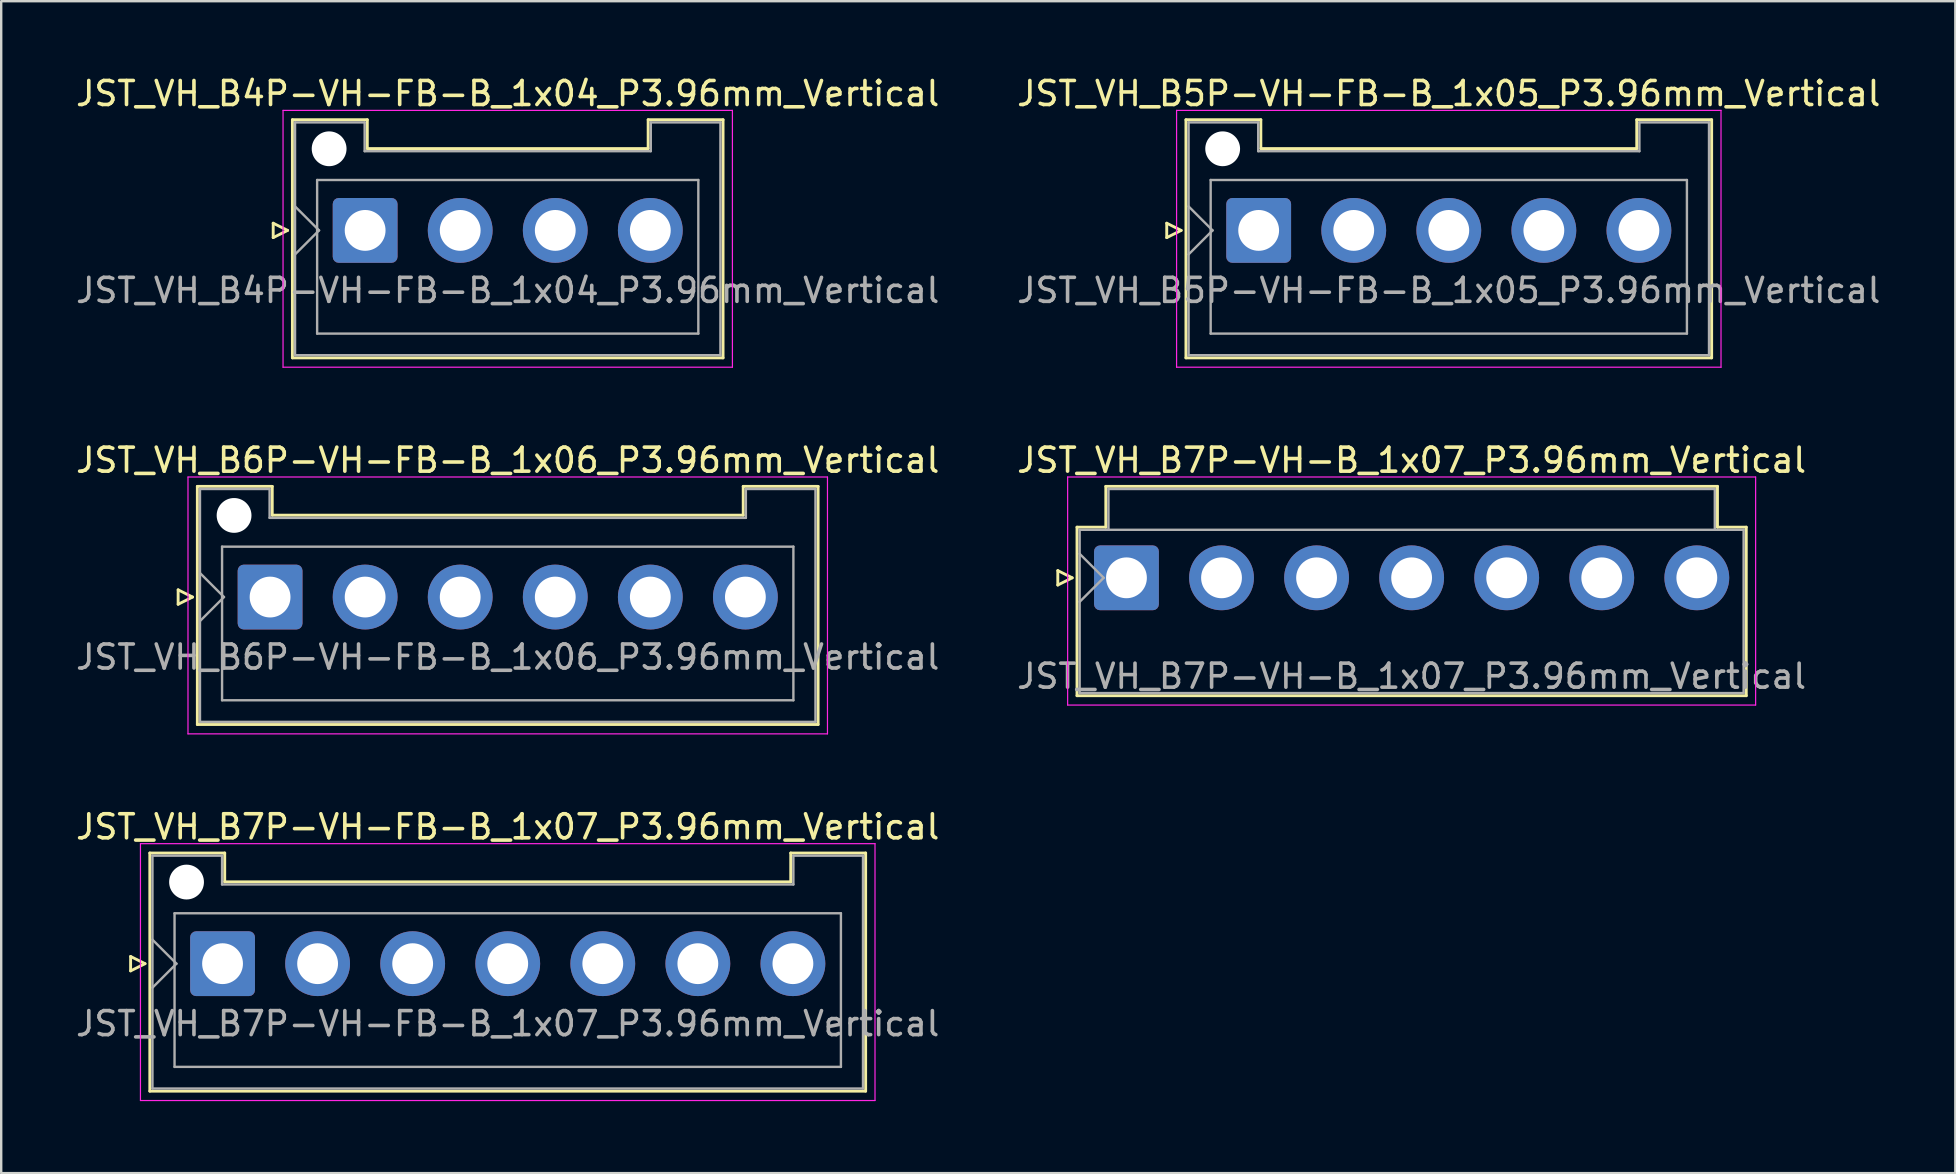
<source format=kicad_pcb>
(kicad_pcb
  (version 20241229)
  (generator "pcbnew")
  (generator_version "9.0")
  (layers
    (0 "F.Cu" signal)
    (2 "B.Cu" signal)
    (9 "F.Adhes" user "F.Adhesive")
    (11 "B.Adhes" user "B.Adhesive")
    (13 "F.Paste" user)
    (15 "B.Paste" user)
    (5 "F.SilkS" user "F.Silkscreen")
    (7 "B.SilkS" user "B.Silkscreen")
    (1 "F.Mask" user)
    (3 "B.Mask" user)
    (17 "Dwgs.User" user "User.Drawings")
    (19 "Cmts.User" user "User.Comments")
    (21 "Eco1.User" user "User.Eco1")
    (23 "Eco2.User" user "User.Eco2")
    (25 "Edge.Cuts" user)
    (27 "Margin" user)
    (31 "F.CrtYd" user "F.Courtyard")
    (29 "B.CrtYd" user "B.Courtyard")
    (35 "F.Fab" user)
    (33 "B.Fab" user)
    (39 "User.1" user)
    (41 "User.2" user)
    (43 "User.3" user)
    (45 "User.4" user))
  (footprint "JST_VH_B4P-VH-FB-B_1x04_P3.96mm_Vertical"
    (layer "F.Cu")
    (at 12.161 6.548)
    (property "Reference" "JST_VH_B4P-VH-FB-B_1x04_P3.96mm_Vertical" (at 5.94 -5.7 0) (layer "F.SilkS") (effects (font (size 1 1) (thickness 0.15))))
    (attr through_hole)
    (fp_line (start -3.83 -0.3) (end -3.23 0) (stroke (width 0.12) (type solid)) (layer "F.SilkS"))
    (fp_line (start -3.83 0.3) (end -3.83 -0.3) (stroke (width 0.12) (type solid)) (layer "F.SilkS"))
    (fp_line (start -3.23 0) (end -3.83 0.3) (stroke (width 0.12) (type solid)) (layer "F.SilkS"))
    (fp_line (start -3.03 -4.61) (end 0.09 -4.61) (stroke (width 0.12) (type solid)) (layer "F.SilkS"))
    (fp_line (start -3.03 5.31) (end -3.03 -4.61) (stroke (width 0.12) (type solid)) (layer "F.SilkS"))
    (fp_line (start 0.09 -4.61) (end 0.09 -3.41) (stroke (width 0.12) (type solid)) (layer "F.SilkS"))
    (fp_line (start 0.09 -3.41) (end 11.79 -3.41) (stroke (width 0.12) (type solid)) (layer "F.SilkS"))
    (fp_line (start 11.79 -4.61) (end 14.91 -4.61) (stroke (width 0.12) (type solid)) (layer "F.SilkS"))
    (fp_line (start 11.79 -3.41) (end 11.79 -4.61) (stroke (width 0.12) (type solid)) (layer "F.SilkS"))
    (fp_line (start 14.91 -4.61) (end 14.91 5.31) (stroke (width 0.12) (type solid)) (layer "F.SilkS"))
    (fp_line (start 14.91 5.31) (end -3.03 5.31) (stroke (width 0.12) (type solid)) (layer "F.SilkS"))
    (fp_line (start -3.42 -5) (end -3.42 5.7) (stroke (width 0.05) (type solid)) (layer "F.CrtYd"))
    (fp_line (start -3.42 5.7) (end 15.3 5.7) (stroke (width 0.05) (type solid)) (layer "F.CrtYd"))
    (fp_line (start 15.3 -5) (end -3.42 -5) (stroke (width 0.05) (type solid)) (layer "F.CrtYd"))
    (fp_line (start 15.3 5.7) (end 15.3 -5) (stroke (width 0.05) (type solid)) (layer "F.CrtYd"))
    (fp_line (start -2.92 -4.5) (end -0.02 -4.5) (stroke (width 0.1) (type solid)) (layer "F.Fab"))
    (fp_line (start -2.92 -1) (end -1.92 0) (stroke (width 0.1) (type solid)) (layer "F.Fab"))
    (fp_line (start -2.92 1) (end -1.92 0) (stroke (width 0.1) (type solid)) (layer "F.Fab"))
    (fp_line (start -2.92 5.2) (end -2.92 -4.5) (stroke (width 0.1) (type solid)) (layer "F.Fab"))
    (fp_line (start -2 -2.1) (end 13.88 -2.1) (stroke (width 0.1) (type solid)) (layer "F.Fab"))
    (fp_line (start -2 4.3) (end -2 -2.1) (stroke (width 0.1) (type solid)) (layer "F.Fab"))
    (fp_line (start -0.02 -4.5) (end -0.02 -3.3) (stroke (width 0.1) (type solid)) (layer "F.Fab"))
    (fp_line (start -0.02 -3.3) (end 11.9 -3.3) (stroke (width 0.1) (type solid)) (layer "F.Fab"))
    (fp_line (start 11.9 -4.5) (end 14.8 -4.5) (stroke (width 0.1) (type solid)) (layer "F.Fab"))
    (fp_line (start 11.9 -3.3) (end 11.9 -4.5) (stroke (width 0.1) (type solid)) (layer "F.Fab"))
    (fp_line (start 13.88 -2.1) (end 13.88 4.3) (stroke (width 0.1) (type solid)) (layer "F.Fab"))
    (fp_line (start 13.88 4.3) (end -2 4.3) (stroke (width 0.1) (type solid)) (layer "F.Fab"))
    (fp_line (start 14.8 -4.5) (end 14.8 5.2) (stroke (width 0.1) (type solid)) (layer "F.Fab"))
    (fp_line (start 14.8 5.2) (end -2.92 5.2) (stroke (width 0.1) (type solid)) (layer "F.Fab"))
    (fp_text user "${REFERENCE}" (at 5.94 2.5 0) (layer "F.Fab") (effects (font (size 1 1) (thickness 0.15))))
    (pad "" np_thru_hole circle (at -1.5 -3.4) (size 1.45 1.45) (drill 1.45) (layers "*.Cu" "*.Mask"))
    (pad "1" thru_hole roundrect (at 0 0) (size 2.7 2.7) (drill 1.7) (layers "*.Cu" "*.Mask") (roundrect_rratio 0.093))
    (pad "2" thru_hole circle (at 3.96 0) (size 2.7 2.7) (drill 1.7) (layers "*.Cu" "*.Mask"))
    (pad "3" thru_hole circle (at 7.92 0) (size 2.7 2.7) (drill 1.7) (layers "*.Cu" "*.Mask"))
    (pad "4" thru_hole circle (at 11.88 0) (size 2.7 2.7) (drill 1.7) (layers "*.Cu" "*.Mask")))
  (footprint "JST_VH_B7P-VH-B_1x07_P3.96mm_Vertical"
    (layer "F.Cu")
    (at 43.876 21.021)
    (property "Reference" "JST_VH_B7P-VH-B_1x07_P3.96mm_Vertical" (at 11.88 -4.9 0) (layer "F.SilkS") (effects (font (size 1 1) (thickness 0.15))))
    (attr through_hole)
    (fp_line (start -2.86 -0.3) (end -2.26 0) (stroke (width 0.12) (type solid)) (layer "F.SilkS"))
    (fp_line (start -2.86 0.3) (end -2.86 -0.3) (stroke (width 0.12) (type solid)) (layer "F.SilkS"))
    (fp_line (start -2.26 0) (end -2.86 0.3) (stroke (width 0.12) (type solid)) (layer "F.SilkS"))
    (fp_line (start -2.06 -2.11) (end -0.86 -2.11) (stroke (width 0.12) (type solid)) (layer "F.SilkS"))
    (fp_line (start -2.06 4.91) (end -2.06 -2.11) (stroke (width 0.12) (type solid)) (layer "F.SilkS"))
    (fp_line (start -0.86 -3.81) (end 24.62 -3.81) (stroke (width 0.12) (type solid)) (layer "F.SilkS"))
    (fp_line (start -0.86 -2.11) (end -0.86 -3.81) (stroke (width 0.12) (type solid)) (layer "F.SilkS"))
    (fp_line (start 24.62 -3.81) (end 24.62 -2.11) (stroke (width 0.12) (type solid)) (layer "F.SilkS"))
    (fp_line (start 24.62 -2.11) (end 25.82 -2.11) (stroke (width 0.12) (type solid)) (layer "F.SilkS"))
    (fp_line (start 25.82 -2.11) (end 25.82 4.91) (stroke (width 0.12) (type solid)) (layer "F.SilkS"))
    (fp_line (start 25.82 4.91) (end -2.06 4.91) (stroke (width 0.12) (type solid)) (layer "F.SilkS"))
    (fp_line (start -2.45 -4.2) (end -2.45 5.3) (stroke (width 0.05) (type solid)) (layer "F.CrtYd"))
    (fp_line (start -2.45 5.3) (end 26.21 5.3) (stroke (width 0.05) (type solid)) (layer "F.CrtYd"))
    (fp_line (start 26.21 -4.2) (end -2.45 -4.2) (stroke (width 0.05) (type solid)) (layer "F.CrtYd"))
    (fp_line (start 26.21 5.3) (end 26.21 -4.2) (stroke (width 0.05) (type solid)) (layer "F.CrtYd"))
    (fp_line (start -1.95 -2) (end -1.95 4.8) (stroke (width 0.1) (type solid)) (layer "F.Fab"))
    (fp_line (start -1.95 -1) (end -0.95 0) (stroke (width 0.1) (type solid)) (layer "F.Fab"))
    (fp_line (start -1.95 1) (end -0.95 0) (stroke (width 0.1) (type solid)) (layer "F.Fab"))
    (fp_line (start -1.95 4.8) (end 25.71 4.8) (stroke (width 0.1) (type solid)) (layer "F.Fab"))
    (fp_line (start -0.75 -3.7) (end 24.51 -3.7) (stroke (width 0.1) (type solid)) (layer "F.Fab"))
    (fp_line (start -0.75 -2) (end -0.75 -3.7) (stroke (width 0.1) (type solid)) (layer "F.Fab"))
    (fp_line (start 24.51 -3.7) (end 24.51 -2) (stroke (width 0.1) (type solid)) (layer "F.Fab"))
    (fp_line (start 25.71 -2) (end -1.95 -2) (stroke (width 0.1) (type solid)) (layer "F.Fab"))
    (fp_line (start 25.71 4.8) (end 25.71 -2) (stroke (width 0.1) (type solid)) (layer "F.Fab"))
    (fp_text user "${REFERENCE}" (at 11.88 4.1 0) (layer "F.Fab") (effects (font (size 1 1) (thickness 0.15))))
    (pad "1" thru_hole roundrect (at 0 0) (size 2.7 2.7) (drill 1.7) (layers "*.Cu" "*.Mask") (roundrect_rratio 0.093))
    (pad "2" thru_hole circle (at 3.96 0) (size 2.7 2.7) (drill 1.7) (layers "*.Cu" "*.Mask"))
    (pad "3" thru_hole circle (at 7.92 0) (size 2.7 2.7) (drill 1.7) (layers "*.Cu" "*.Mask"))
    (pad "4" thru_hole circle (at 11.88 0) (size 2.7 2.7) (drill 1.7) (layers "*.Cu" "*.Mask"))
    (pad "5" thru_hole circle (at 15.84 0) (size 2.7 2.7) (drill 1.7) (layers "*.Cu" "*.Mask"))
    (pad "6" thru_hole circle (at 19.8 0) (size 2.7 2.7) (drill 1.7) (layers "*.Cu" "*.Mask"))
    (pad "7" thru_hole circle (at 23.76 0) (size 2.7 2.7) (drill 1.7) (layers "*.Cu" "*.Mask")))
  (footprint "JST_VH_B7P-VH-FB-B_1x07_P3.96mm_Vertical"
    (layer "F.Cu")
    (at 6.221 37.095)
    (property "Reference" "JST_VH_B7P-VH-FB-B_1x07_P3.96mm_Vertical" (at 11.88 -5.7 0) (layer "F.SilkS") (effects (font (size 1 1) (thickness 0.15))))
    (attr through_hole)
    (fp_line (start -3.83 -0.3) (end -3.23 0) (stroke (width 0.12) (type solid)) (layer "F.SilkS"))
    (fp_line (start -3.83 0.3) (end -3.83 -0.3) (stroke (width 0.12) (type solid)) (layer "F.SilkS"))
    (fp_line (start -3.23 0) (end -3.83 0.3) (stroke (width 0.12) (type solid)) (layer "F.SilkS"))
    (fp_line (start -3.03 -4.61) (end 0.09 -4.61) (stroke (width 0.12) (type solid)) (layer "F.SilkS"))
    (fp_line (start -3.03 5.31) (end -3.03 -4.61) (stroke (width 0.12) (type solid)) (layer "F.SilkS"))
    (fp_line (start 0.09 -4.61) (end 0.09 -3.41) (stroke (width 0.12) (type solid)) (layer "F.SilkS"))
    (fp_line (start 0.09 -3.41) (end 23.67 -3.41) (stroke (width 0.12) (type solid)) (layer "F.SilkS"))
    (fp_line (start 23.67 -4.61) (end 26.79 -4.61) (stroke (width 0.12) (type solid)) (layer "F.SilkS"))
    (fp_line (start 23.67 -3.41) (end 23.67 -4.61) (stroke (width 0.12) (type solid)) (layer "F.SilkS"))
    (fp_line (start 26.79 -4.61) (end 26.79 5.31) (stroke (width 0.12) (type solid)) (layer "F.SilkS"))
    (fp_line (start 26.79 5.31) (end -3.03 5.31) (stroke (width 0.12) (type solid)) (layer "F.SilkS"))
    (fp_line (start -3.42 -5) (end -3.42 5.7) (stroke (width 0.05) (type solid)) (layer "F.CrtYd"))
    (fp_line (start -3.42 5.7) (end 27.18 5.7) (stroke (width 0.05) (type solid)) (layer "F.CrtYd"))
    (fp_line (start 27.18 -5) (end -3.42 -5) (stroke (width 0.05) (type solid)) (layer "F.CrtYd"))
    (fp_line (start 27.18 5.7) (end 27.18 -5) (stroke (width 0.05) (type solid)) (layer "F.CrtYd"))
    (fp_line (start -2.92 -4.5) (end -0.02 -4.5) (stroke (width 0.1) (type solid)) (layer "F.Fab"))
    (fp_line (start -2.92 -1) (end -1.92 0) (stroke (width 0.1) (type solid)) (layer "F.Fab"))
    (fp_line (start -2.92 1) (end -1.92 0) (stroke (width 0.1) (type solid)) (layer "F.Fab"))
    (fp_line (start -2.92 5.2) (end -2.92 -4.5) (stroke (width 0.1) (type solid)) (layer "F.Fab"))
    (fp_line (start -2 -2.1) (end 25.76 -2.1) (stroke (width 0.1) (type solid)) (layer "F.Fab"))
    (fp_line (start -2 4.3) (end -2 -2.1) (stroke (width 0.1) (type solid)) (layer "F.Fab"))
    (fp_line (start -0.02 -4.5) (end -0.02 -3.3) (stroke (width 0.1) (type solid)) (layer "F.Fab"))
    (fp_line (start -0.02 -3.3) (end 23.78 -3.3) (stroke (width 0.1) (type solid)) (layer "F.Fab"))
    (fp_line (start 23.78 -4.5) (end 26.68 -4.5) (stroke (width 0.1) (type solid)) (layer "F.Fab"))
    (fp_line (start 23.78 -3.3) (end 23.78 -4.5) (stroke (width 0.1) (type solid)) (layer "F.Fab"))
    (fp_line (start 25.76 -2.1) (end 25.76 4.3) (stroke (width 0.1) (type solid)) (layer "F.Fab"))
    (fp_line (start 25.76 4.3) (end -2 4.3) (stroke (width 0.1) (type solid)) (layer "F.Fab"))
    (fp_line (start 26.68 -4.5) (end 26.68 5.2) (stroke (width 0.1) (type solid)) (layer "F.Fab"))
    (fp_line (start 26.68 5.2) (end -2.92 5.2) (stroke (width 0.1) (type solid)) (layer "F.Fab"))
    (fp_text user "${REFERENCE}" (at 11.88 2.5 0) (layer "F.Fab") (effects (font (size 1 1) (thickness 0.15))))
    (pad "" np_thru_hole circle (at -1.5 -3.4) (size 1.45 1.45) (drill 1.45) (layers "*.Cu" "*.Mask"))
    (pad "1" thru_hole roundrect (at 0 0) (size 2.7 2.7) (drill 1.7) (layers "*.Cu" "*.Mask") (roundrect_rratio 0.093))
    (pad "2" thru_hole circle (at 3.96 0) (size 2.7 2.7) (drill 1.7) (layers "*.Cu" "*.Mask"))
    (pad "3" thru_hole circle (at 7.92 0) (size 2.7 2.7) (drill 1.7) (layers "*.Cu" "*.Mask"))
    (pad "4" thru_hole circle (at 11.88 0) (size 2.7 2.7) (drill 1.7) (layers "*.Cu" "*.Mask"))
    (pad "5" thru_hole circle (at 15.84 0) (size 2.7 2.7) (drill 1.7) (layers "*.Cu" "*.Mask"))
    (pad "6" thru_hole circle (at 19.8 0) (size 2.7 2.7) (drill 1.7) (layers "*.Cu" "*.Mask"))
    (pad "7" thru_hole circle (at 23.76 0) (size 2.7 2.7) (drill 1.7) (layers "*.Cu" "*.Mask")))
  (footprint "JST_VH_B6P-VH-FB-B_1x06_P3.96mm_Vertical"
    (layer "F.Cu")
    (at 8.201 21.822)
    (property "Reference" "JST_VH_B6P-VH-FB-B_1x06_P3.96mm_Vertical" (at 9.9 -5.7 0) (layer "F.SilkS") (effects (font (size 1 1) (thickness 0.15))))
    (attr through_hole)
    (fp_line (start -3.83 -0.3) (end -3.23 0) (stroke (width 0.12) (type solid)) (layer "F.SilkS"))
    (fp_line (start -3.83 0.3) (end -3.83 -0.3) (stroke (width 0.12) (type solid)) (layer "F.SilkS"))
    (fp_line (start -3.23 0) (end -3.83 0.3) (stroke (width 0.12) (type solid)) (layer "F.SilkS"))
    (fp_line (start -3.03 -4.61) (end 0.09 -4.61) (stroke (width 0.12) (type solid)) (layer "F.SilkS"))
    (fp_line (start -3.03 5.31) (end -3.03 -4.61) (stroke (width 0.12) (type solid)) (layer "F.SilkS"))
    (fp_line (start 0.09 -4.61) (end 0.09 -3.41) (stroke (width 0.12) (type solid)) (layer "F.SilkS"))
    (fp_line (start 0.09 -3.41) (end 19.71 -3.41) (stroke (width 0.12) (type solid)) (layer "F.SilkS"))
    (fp_line (start 19.71 -4.61) (end 22.83 -4.61) (stroke (width 0.12) (type solid)) (layer "F.SilkS"))
    (fp_line (start 19.71 -3.41) (end 19.71 -4.61) (stroke (width 0.12) (type solid)) (layer "F.SilkS"))
    (fp_line (start 22.83 -4.61) (end 22.83 5.31) (stroke (width 0.12) (type solid)) (layer "F.SilkS"))
    (fp_line (start 22.83 5.31) (end -3.03 5.31) (stroke (width 0.12) (type solid)) (layer "F.SilkS"))
    (fp_line (start -3.42 -5) (end -3.42 5.7) (stroke (width 0.05) (type solid)) (layer "F.CrtYd"))
    (fp_line (start -3.42 5.7) (end 23.22 5.7) (stroke (width 0.05) (type solid)) (layer "F.CrtYd"))
    (fp_line (start 23.22 -5) (end -3.42 -5) (stroke (width 0.05) (type solid)) (layer "F.CrtYd"))
    (fp_line (start 23.22 5.7) (end 23.22 -5) (stroke (width 0.05) (type solid)) (layer "F.CrtYd"))
    (fp_line (start -2.92 -4.5) (end -0.02 -4.5) (stroke (width 0.1) (type solid)) (layer "F.Fab"))
    (fp_line (start -2.92 -1) (end -1.92 0) (stroke (width 0.1) (type solid)) (layer "F.Fab"))
    (fp_line (start -2.92 1) (end -1.92 0) (stroke (width 0.1) (type solid)) (layer "F.Fab"))
    (fp_line (start -2.92 5.2) (end -2.92 -4.5) (stroke (width 0.1) (type solid)) (layer "F.Fab"))
    (fp_line (start -2 -2.1) (end 21.8 -2.1) (stroke (width 0.1) (type solid)) (layer "F.Fab"))
    (fp_line (start -2 4.3) (end -2 -2.1) (stroke (width 0.1) (type solid)) (layer "F.Fab"))
    (fp_line (start -0.02 -4.5) (end -0.02 -3.3) (stroke (width 0.1) (type solid)) (layer "F.Fab"))
    (fp_line (start -0.02 -3.3) (end 19.82 -3.3) (stroke (width 0.1) (type solid)) (layer "F.Fab"))
    (fp_line (start 19.82 -4.5) (end 22.72 -4.5) (stroke (width 0.1) (type solid)) (layer "F.Fab"))
    (fp_line (start 19.82 -3.3) (end 19.82 -4.5) (stroke (width 0.1) (type solid)) (layer "F.Fab"))
    (fp_line (start 21.8 -2.1) (end 21.8 4.3) (stroke (width 0.1) (type solid)) (layer "F.Fab"))
    (fp_line (start 21.8 4.3) (end -2 4.3) (stroke (width 0.1) (type solid)) (layer "F.Fab"))
    (fp_line (start 22.72 -4.5) (end 22.72 5.2) (stroke (width 0.1) (type solid)) (layer "F.Fab"))
    (fp_line (start 22.72 5.2) (end -2.92 5.2) (stroke (width 0.1) (type solid)) (layer "F.Fab"))
    (fp_text user "${REFERENCE}" (at 9.9 2.5 0) (layer "F.Fab") (effects (font (size 1 1) (thickness 0.15))))
    (pad "" np_thru_hole circle (at -1.5 -3.4) (size 1.45 1.45) (drill 1.45) (layers "*.Cu" "*.Mask"))
    (pad "1" thru_hole roundrect (at 0 0) (size 2.7 2.7) (drill 1.7) (layers "*.Cu" "*.Mask") (roundrect_rratio 0.093))
    (pad "2" thru_hole circle (at 3.96 0) (size 2.7 2.7) (drill 1.7) (layers "*.Cu" "*.Mask"))
    (pad "3" thru_hole circle (at 7.92 0) (size 2.7 2.7) (drill 1.7) (layers "*.Cu" "*.Mask"))
    (pad "4" thru_hole circle (at 11.88 0) (size 2.7 2.7) (drill 1.7) (layers "*.Cu" "*.Mask"))
    (pad "5" thru_hole circle (at 15.84 0) (size 2.7 2.7) (drill 1.7) (layers "*.Cu" "*.Mask"))
    (pad "6" thru_hole circle (at 19.8 0) (size 2.7 2.7) (drill 1.7) (layers "*.Cu" "*.Mask")))
  (footprint "JST_VH_B5P-VH-FB-B_1x05_P3.96mm_Vertical"
    (layer "F.Cu")
    (at 49.384 6.548)
    (property "Reference" "JST_VH_B5P-VH-FB-B_1x05_P3.96mm_Vertical" (at 7.92 -5.7 0) (layer "F.SilkS") (effects (font (size 1 1) (thickness 0.15))))
    (attr through_hole)
    (fp_line (start -3.83 -0.3) (end -3.23 0) (stroke (width 0.12) (type solid)) (layer "F.SilkS"))
    (fp_line (start -3.83 0.3) (end -3.83 -0.3) (stroke (width 0.12) (type solid)) (layer "F.SilkS"))
    (fp_line (start -3.23 0) (end -3.83 0.3) (stroke (width 0.12) (type solid)) (layer "F.SilkS"))
    (fp_line (start -3.03 -4.61) (end 0.09 -4.61) (stroke (width 0.12) (type solid)) (layer "F.SilkS"))
    (fp_line (start -3.03 5.31) (end -3.03 -4.61) (stroke (width 0.12) (type solid)) (layer "F.SilkS"))
    (fp_line (start 0.09 -4.61) (end 0.09 -3.41) (stroke (width 0.12) (type solid)) (layer "F.SilkS"))
    (fp_line (start 0.09 -3.41) (end 15.75 -3.41) (stroke (width 0.12) (type solid)) (layer "F.SilkS"))
    (fp_line (start 15.75 -4.61) (end 18.87 -4.61) (stroke (width 0.12) (type solid)) (layer "F.SilkS"))
    (fp_line (start 15.75 -3.41) (end 15.75 -4.61) (stroke (width 0.12) (type solid)) (layer "F.SilkS"))
    (fp_line (start 18.87 -4.61) (end 18.87 5.31) (stroke (width 0.12) (type solid)) (layer "F.SilkS"))
    (fp_line (start 18.87 5.31) (end -3.03 5.31) (stroke (width 0.12) (type solid)) (layer "F.SilkS"))
    (fp_line (start -3.42 -5) (end -3.42 5.7) (stroke (width 0.05) (type solid)) (layer "F.CrtYd"))
    (fp_line (start -3.42 5.7) (end 19.26 5.7) (stroke (width 0.05) (type solid)) (layer "F.CrtYd"))
    (fp_line (start 19.26 -5) (end -3.42 -5) (stroke (width 0.05) (type solid)) (layer "F.CrtYd"))
    (fp_line (start 19.26 5.7) (end 19.26 -5) (stroke (width 0.05) (type solid)) (layer "F.CrtYd"))
    (fp_line (start -2.92 -4.5) (end -0.02 -4.5) (stroke (width 0.1) (type solid)) (layer "F.Fab"))
    (fp_line (start -2.92 -1) (end -1.92 0) (stroke (width 0.1) (type solid)) (layer "F.Fab"))
    (fp_line (start -2.92 1) (end -1.92 0) (stroke (width 0.1) (type solid)) (layer "F.Fab"))
    (fp_line (start -2.92 5.2) (end -2.92 -4.5) (stroke (width 0.1) (type solid)) (layer "F.Fab"))
    (fp_line (start -2 -2.1) (end 17.84 -2.1) (stroke (width 0.1) (type solid)) (layer "F.Fab"))
    (fp_line (start -2 4.3) (end -2 -2.1) (stroke (width 0.1) (type solid)) (layer "F.Fab"))
    (fp_line (start -0.02 -4.5) (end -0.02 -3.3) (stroke (width 0.1) (type solid)) (layer "F.Fab"))
    (fp_line (start -0.02 -3.3) (end 15.86 -3.3) (stroke (width 0.1) (type solid)) (layer "F.Fab"))
    (fp_line (start 15.86 -4.5) (end 18.76 -4.5) (stroke (width 0.1) (type solid)) (layer "F.Fab"))
    (fp_line (start 15.86 -3.3) (end 15.86 -4.5) (stroke (width 0.1) (type solid)) (layer "F.Fab"))
    (fp_line (start 17.84 -2.1) (end 17.84 4.3) (stroke (width 0.1) (type solid)) (layer "F.Fab"))
    (fp_line (start 17.84 4.3) (end -2 4.3) (stroke (width 0.1) (type solid)) (layer "F.Fab"))
    (fp_line (start 18.76 -4.5) (end 18.76 5.2) (stroke (width 0.1) (type solid)) (layer "F.Fab"))
    (fp_line (start 18.76 5.2) (end -2.92 5.2) (stroke (width 0.1) (type solid)) (layer "F.Fab"))
    (fp_text user "${REFERENCE}" (at 7.92 2.5 0) (layer "F.Fab") (effects (font (size 1 1) (thickness 0.15))))
    (pad "" np_thru_hole circle (at -1.5 -3.4) (size 1.45 1.45) (drill 1.45) (layers "*.Cu" "*.Mask"))
    (pad "1" thru_hole roundrect (at 0 0) (size 2.7 2.7) (drill 1.7) (layers "*.Cu" "*.Mask") (roundrect_rratio 0.093))
    (pad "2" thru_hole circle (at 3.96 0) (size 2.7 2.7) (drill 1.7) (layers "*.Cu" "*.Mask"))
    (pad "3" thru_hole circle (at 7.92 0) (size 2.7 2.7) (drill 1.7) (layers "*.Cu" "*.Mask"))
    (pad "4" thru_hole circle (at 11.88 0) (size 2.7 2.7) (drill 1.7) (layers "*.Cu" "*.Mask"))
    (pad "5" thru_hole circle (at 15.84 0) (size 2.7 2.7) (drill 1.7) (layers "*.Cu" "*.Mask")))
  (gr_rect
    (start -3 -3)
    (end 78.405 45.82)
    (stroke (width 0.1) (type default))
    (fill no)
    (layer "Edge.Cuts")))
</source>
